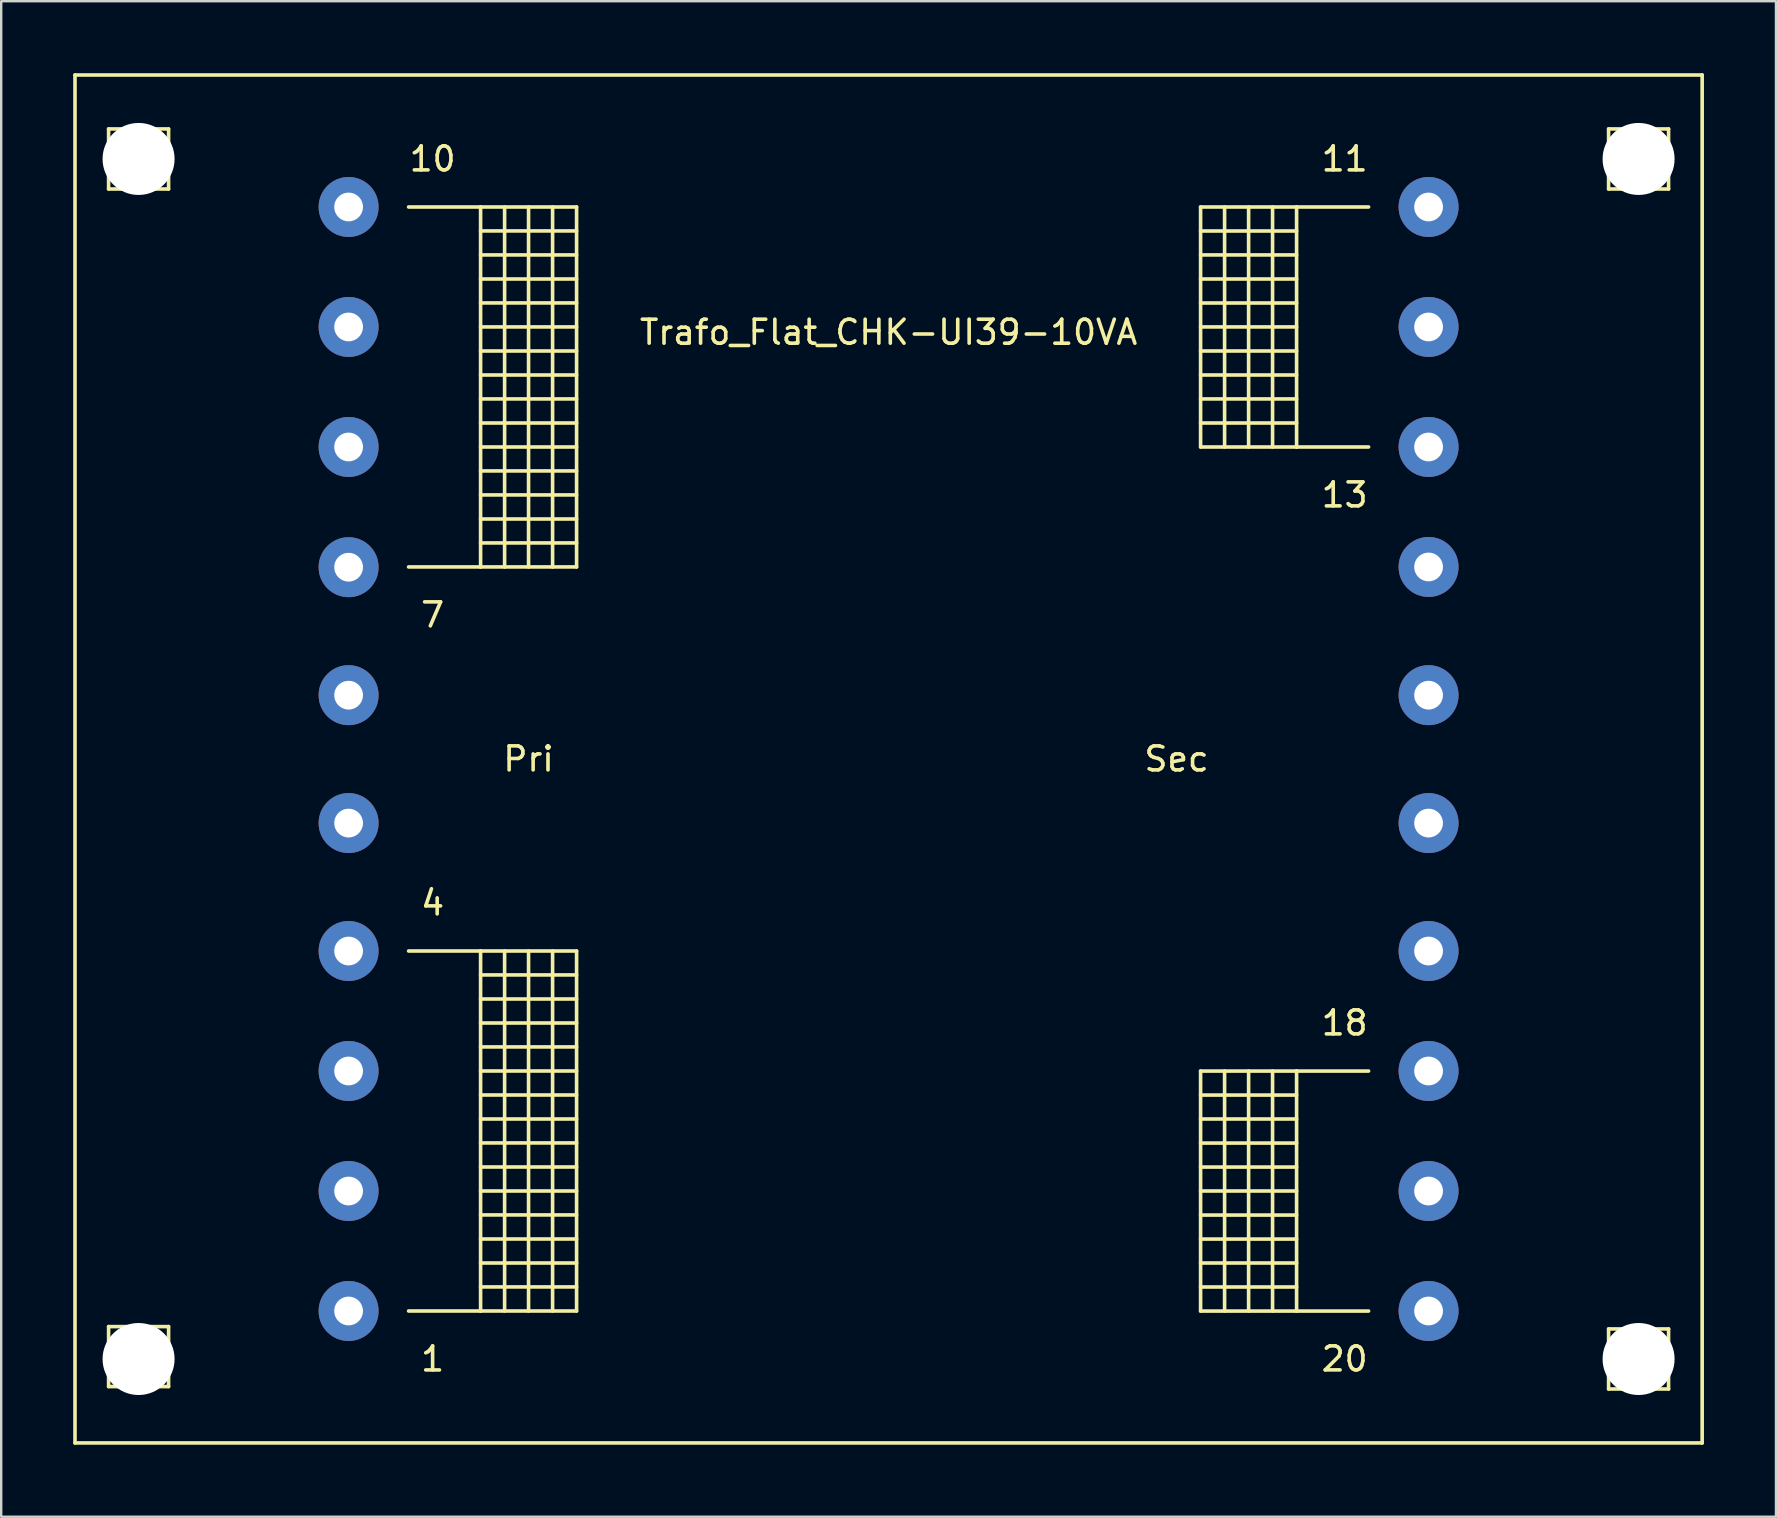
<source format=kicad_pcb>
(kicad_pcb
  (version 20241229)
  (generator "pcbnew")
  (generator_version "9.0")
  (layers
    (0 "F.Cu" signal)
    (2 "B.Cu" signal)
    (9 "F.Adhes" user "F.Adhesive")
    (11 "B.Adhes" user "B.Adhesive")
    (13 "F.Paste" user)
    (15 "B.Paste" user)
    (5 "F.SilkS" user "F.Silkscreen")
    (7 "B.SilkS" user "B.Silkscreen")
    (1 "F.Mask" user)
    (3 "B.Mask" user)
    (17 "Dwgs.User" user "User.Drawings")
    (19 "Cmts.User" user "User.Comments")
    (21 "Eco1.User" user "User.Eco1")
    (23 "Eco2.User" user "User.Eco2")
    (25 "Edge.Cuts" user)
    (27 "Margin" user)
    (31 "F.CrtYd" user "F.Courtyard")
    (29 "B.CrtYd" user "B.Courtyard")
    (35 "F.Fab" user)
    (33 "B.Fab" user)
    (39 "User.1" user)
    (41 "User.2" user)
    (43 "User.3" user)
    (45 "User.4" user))
  (footprint "Trafo_Flat_CHK-UI39-10VA"
    (layer "F.Cu")
    (at 33.974 28.574)
    (property "Reference" "Trafo_Flat_CHK-UI39-10VA" (at 0 -17.78 0) (layer "F.SilkS") (effects (font (size 1 1) (thickness 0.15))))
    (attr through_hole)
    (fp_line (start -33.899 -28.499) (end -33.899 28.499) (stroke (width 0.15) (type solid)) (layer "F.SilkS"))
    (fp_line (start -33.899 28.499) (end 33.899 28.499) (stroke (width 0.15) (type solid)) (layer "F.SilkS"))
    (fp_line (start -32.499 -26.251) (end -32.499 -23.749) (stroke (width 0.15) (type solid)) (layer "F.SilkS"))
    (fp_line (start -32.499 -23.749) (end -30 -23.749) (stroke (width 0.15) (type solid)) (layer "F.SilkS"))
    (fp_line (start -32.499 23.65) (end -32.499 26.149) (stroke (width 0.15) (type solid)) (layer "F.SilkS"))
    (fp_line (start -32.499 26.149) (end -30 26.149) (stroke (width 0.15) (type solid)) (layer "F.SilkS"))
    (fp_line (start -31.25 -26.251) (end -32.499 -26.251) (stroke (width 0.15) (type solid)) (layer "F.SilkS"))
    (fp_line (start -31.25 23.65) (end -32.499 23.65) (stroke (width 0.15) (type solid)) (layer "F.SilkS"))
    (fp_line (start -30 -26.251) (end -31.25 -26.251) (stroke (width 0.15) (type solid)) (layer "F.SilkS"))
    (fp_line (start -30 -23.749) (end -30 -26.251) (stroke (width 0.15) (type solid)) (layer "F.SilkS"))
    (fp_line (start -30 23.65) (end -31.25 23.65) (stroke (width 0.15) (type solid)) (layer "F.SilkS"))
    (fp_line (start -30 26.149) (end -30 23.65) (stroke (width 0.15) (type solid)) (layer "F.SilkS"))
    (fp_line (start -20 -23) (end -17 -23) (stroke (width 0.15) (type solid)) (layer "F.SilkS"))
    (fp_line (start -20 8.001) (end -17 8.001) (stroke (width 0.15) (type solid)) (layer "F.SilkS"))
    (fp_line (start -17 -23) (end -17 -8.001) (stroke (width 0.15) (type solid)) (layer "F.SilkS"))
    (fp_line (start -17 -23) (end -13 -23) (stroke (width 0.15) (type solid)) (layer "F.SilkS"))
    (fp_line (start -17 -22.001) (end -13 -22.001) (stroke (width 0.15) (type solid)) (layer "F.SilkS"))
    (fp_line (start -17 -21.001) (end -13 -21.001) (stroke (width 0.15) (type solid)) (layer "F.SilkS"))
    (fp_line (start -17 -20) (end -13 -20) (stroke (width 0.15) (type solid)) (layer "F.SilkS"))
    (fp_line (start -17 -19.002) (end -13 -19.002) (stroke (width 0.15) (type solid)) (layer "F.SilkS"))
    (fp_line (start -17 -18.001) (end -13 -18.001) (stroke (width 0.15) (type solid)) (layer "F.SilkS"))
    (fp_line (start -17 -17) (end -13 -17) (stroke (width 0.15) (type solid)) (layer "F.SilkS"))
    (fp_line (start -17 -15.999) (end -13 -15.999) (stroke (width 0.15) (type solid)) (layer "F.SilkS"))
    (fp_line (start -17 -15.001) (end -13 -15.001) (stroke (width 0.15) (type solid)) (layer "F.SilkS"))
    (fp_line (start -17 -14) (end -13 -14) (stroke (width 0.15) (type solid)) (layer "F.SilkS"))
    (fp_line (start -17 -13) (end -13 -13) (stroke (width 0.15) (type solid)) (layer "F.SilkS"))
    (fp_line (start -17 -12.002) (end -13 -12.002) (stroke (width 0.15) (type solid)) (layer "F.SilkS"))
    (fp_line (start -17 -11.001) (end -13 -11.001) (stroke (width 0.15) (type solid)) (layer "F.SilkS"))
    (fp_line (start -17 -10) (end -13 -10) (stroke (width 0.15) (type solid)) (layer "F.SilkS"))
    (fp_line (start -17 -9.002) (end -13 -9.002) (stroke (width 0.15) (type solid)) (layer "F.SilkS"))
    (fp_line (start -17 -8.001) (end -20 -8.001) (stroke (width 0.15) (type solid)) (layer "F.SilkS"))
    (fp_line (start -17 8.001) (end -17 23) (stroke (width 0.15) (type solid)) (layer "F.SilkS"))
    (fp_line (start -17 8.001) (end -13 8.001) (stroke (width 0.15) (type solid)) (layer "F.SilkS"))
    (fp_line (start -17 8.999) (end -13 8.999) (stroke (width 0.15) (type solid)) (layer "F.SilkS"))
    (fp_line (start -17 10) (end -13 10) (stroke (width 0.15) (type solid)) (layer "F.SilkS"))
    (fp_line (start -17 11.001) (end -13 11.001) (stroke (width 0.15) (type solid)) (layer "F.SilkS"))
    (fp_line (start -17 11.999) (end -13 11.999) (stroke (width 0.15) (type solid)) (layer "F.SilkS"))
    (fp_line (start -17 13) (end -13 13) (stroke (width 0.15) (type solid)) (layer "F.SilkS"))
    (fp_line (start -17 14) (end -13 14) (stroke (width 0.15) (type solid)) (layer "F.SilkS"))
    (fp_line (start -17 15.001) (end -13 15.001) (stroke (width 0.15) (type solid)) (layer "F.SilkS"))
    (fp_line (start -17 15.999) (end -13 15.999) (stroke (width 0.15) (type solid)) (layer "F.SilkS"))
    (fp_line (start -17 17) (end -13 17) (stroke (width 0.15) (type solid)) (layer "F.SilkS"))
    (fp_line (start -17 18.001) (end -13 18.001) (stroke (width 0.15) (type solid)) (layer "F.SilkS"))
    (fp_line (start -17 18.999) (end -13 18.999) (stroke (width 0.15) (type solid)) (layer "F.SilkS"))
    (fp_line (start -17 20) (end -13 20) (stroke (width 0.15) (type solid)) (layer "F.SilkS"))
    (fp_line (start -17 21.001) (end -13 21.001) (stroke (width 0.15) (type solid)) (layer "F.SilkS"))
    (fp_line (start -17 21.999) (end -13 21.999) (stroke (width 0.15) (type solid)) (layer "F.SilkS"))
    (fp_line (start -17 23) (end -20 23) (stroke (width 0.15) (type solid)) (layer "F.SilkS"))
    (fp_line (start -15.999 -23) (end -15.999 -8.001) (stroke (width 0.15) (type solid)) (layer "F.SilkS"))
    (fp_line (start -15.999 8.001) (end -15.999 23) (stroke (width 0.15) (type solid)) (layer "F.SilkS"))
    (fp_line (start -15.001 -8.001) (end -15.001 -23) (stroke (width 0.15) (type solid)) (layer "F.SilkS"))
    (fp_line (start -15.001 23) (end -15.001 8.001) (stroke (width 0.15) (type solid)) (layer "F.SilkS"))
    (fp_line (start -14 -23) (end -14 -8.001) (stroke (width 0.15) (type solid)) (layer "F.SilkS"))
    (fp_line (start -14 8.001) (end -14 23) (stroke (width 0.15) (type solid)) (layer "F.SilkS"))
    (fp_line (start -13 -23) (end -13 -8.001) (stroke (width 0.15) (type solid)) (layer "F.SilkS"))
    (fp_line (start -13 -8.001) (end -17 -8.001) (stroke (width 0.15) (type solid)) (layer "F.SilkS"))
    (fp_line (start -13 8.001) (end -13 23) (stroke (width 0.15) (type solid)) (layer "F.SilkS"))
    (fp_line (start -13 23) (end -17 23) (stroke (width 0.15) (type solid)) (layer "F.SilkS"))
    (fp_line (start 13 -23) (end 13 -13) (stroke (width 0.15) (type solid)) (layer "F.SilkS"))
    (fp_line (start 13 -21.999) (end 17 -21.999) (stroke (width 0.15) (type solid)) (layer "F.SilkS"))
    (fp_line (start 13 -21.001) (end 17 -21.001) (stroke (width 0.15) (type solid)) (layer "F.SilkS"))
    (fp_line (start 13 -20) (end 17 -20) (stroke (width 0.15) (type solid)) (layer "F.SilkS"))
    (fp_line (start 13 -18.999) (end 17 -18.999) (stroke (width 0.15) (type solid)) (layer "F.SilkS"))
    (fp_line (start 13 -18.001) (end 17 -18.001) (stroke (width 0.15) (type solid)) (layer "F.SilkS"))
    (fp_line (start 13 -17) (end 17 -17) (stroke (width 0.15) (type solid)) (layer "F.SilkS"))
    (fp_line (start 13 -15.999) (end 17 -15.999) (stroke (width 0.15) (type solid)) (layer "F.SilkS"))
    (fp_line (start 13 -15.001) (end 17 -15.001) (stroke (width 0.15) (type solid)) (layer "F.SilkS"))
    (fp_line (start 13 -14) (end 17 -14) (stroke (width 0.15) (type solid)) (layer "F.SilkS"))
    (fp_line (start 13 -13) (end 17 -13) (stroke (width 0.15) (type solid)) (layer "F.SilkS"))
    (fp_line (start 13 13.002) (end 13 23.002) (stroke (width 0.15) (type solid)) (layer "F.SilkS"))
    (fp_line (start 13 14.003) (end 17 14.003) (stroke (width 0.15) (type solid)) (layer "F.SilkS"))
    (fp_line (start 13 15.001) (end 17 15.001) (stroke (width 0.15) (type solid)) (layer "F.SilkS"))
    (fp_line (start 13 16.002) (end 17 16.002) (stroke (width 0.15) (type solid)) (layer "F.SilkS"))
    (fp_line (start 13 17.003) (end 17 17.003) (stroke (width 0.15) (type solid)) (layer "F.SilkS"))
    (fp_line (start 13 18.001) (end 17 18.001) (stroke (width 0.15) (type solid)) (layer "F.SilkS"))
    (fp_line (start 13 19.002) (end 17 19.002) (stroke (width 0.15) (type solid)) (layer "F.SilkS"))
    (fp_line (start 13 20.003) (end 17 20.003) (stroke (width 0.15) (type solid)) (layer "F.SilkS"))
    (fp_line (start 13 21.001) (end 17 21.001) (stroke (width 0.15) (type solid)) (layer "F.SilkS"))
    (fp_line (start 13 22.001) (end 17 22.001) (stroke (width 0.15) (type solid)) (layer "F.SilkS"))
    (fp_line (start 13 23.002) (end 17 23.002) (stroke (width 0.15) (type solid)) (layer "F.SilkS"))
    (fp_line (start 14 -23) (end 14 -13) (stroke (width 0.15) (type solid)) (layer "F.SilkS"))
    (fp_line (start 14 13.002) (end 14 23.002) (stroke (width 0.15) (type solid)) (layer "F.SilkS"))
    (fp_line (start 15.001 -13) (end 15.001 -23) (stroke (width 0.15) (type solid)) (layer "F.SilkS"))
    (fp_line (start 15.001 23.002) (end 15.001 13.002) (stroke (width 0.15) (type solid)) (layer "F.SilkS"))
    (fp_line (start 15.999 -23) (end 15.999 -13) (stroke (width 0.15) (type solid)) (layer "F.SilkS"))
    (fp_line (start 15.999 13.002) (end 15.999 23.002) (stroke (width 0.15) (type solid)) (layer "F.SilkS"))
    (fp_line (start 17 -23) (end 13 -23) (stroke (width 0.15) (type solid)) (layer "F.SilkS"))
    (fp_line (start 17 -23) (end 17 -13) (stroke (width 0.15) (type solid)) (layer "F.SilkS"))
    (fp_line (start 17 -13) (end 20 -13) (stroke (width 0.15) (type solid)) (layer "F.SilkS"))
    (fp_line (start 17 13.002) (end 13 13.002) (stroke (width 0.15) (type solid)) (layer "F.SilkS"))
    (fp_line (start 17 13.002) (end 17 23.002) (stroke (width 0.15) (type solid)) (layer "F.SilkS"))
    (fp_line (start 17 23.002) (end 20 23.002) (stroke (width 0.15) (type solid)) (layer "F.SilkS"))
    (fp_line (start 20 -23) (end 17 -23) (stroke (width 0.15) (type solid)) (layer "F.SilkS"))
    (fp_line (start 20 13.002) (end 17 13.002) (stroke (width 0.15) (type solid)) (layer "F.SilkS"))
    (fp_line (start 30 -26.251) (end 30 -23.749) (stroke (width 0.15) (type solid)) (layer "F.SilkS"))
    (fp_line (start 30 -23.749) (end 32.499 -23.749) (stroke (width 0.15) (type solid)) (layer "F.SilkS"))
    (fp_line (start 30 23.749) (end 30 26.251) (stroke (width 0.15) (type solid)) (layer "F.SilkS"))
    (fp_line (start 30 26.251) (end 32.499 26.251) (stroke (width 0.15) (type solid)) (layer "F.SilkS"))
    (fp_line (start 31.25 -26.251) (end 30 -26.251) (stroke (width 0.15) (type solid)) (layer "F.SilkS"))
    (fp_line (start 31.25 23.749) (end 30 23.749) (stroke (width 0.15) (type solid)) (layer "F.SilkS"))
    (fp_line (start 32.499 -26.251) (end 31.25 -26.251) (stroke (width 0.15) (type solid)) (layer "F.SilkS"))
    (fp_line (start 32.499 -23.749) (end 32.499 -26.251) (stroke (width 0.15) (type solid)) (layer "F.SilkS"))
    (fp_line (start 32.499 23.749) (end 31.25 23.749) (stroke (width 0.15) (type solid)) (layer "F.SilkS"))
    (fp_line (start 32.499 26.251) (end 32.499 23.749) (stroke (width 0.15) (type solid)) (layer "F.SilkS"))
    (fp_line (start 33.899 -28.499) (end -33.899 -28.499) (stroke (width 0.15) (type solid)) (layer "F.SilkS"))
    (fp_line (start 33.899 28.499) (end 33.899 -28.499) (stroke (width 0.15) (type solid)) (layer "F.SilkS"))
    (fp_text user "1" (at -18.999 25.001 0) (layer "F.SilkS") (effects (font (size 1 1) (thickness 0.15))))
    (fp_text user "4" (at -18.999 5.999 0) (layer "F.SilkS") (effects (font (size 1 1) (thickness 0.15))))
    (fp_text user "Sec" (at 11.999 0 0) (layer "F.SilkS") (effects (font (size 1 1) (thickness 0.15))))
    (fp_text user "7" (at -18.999 -6.002 0) (layer "F.SilkS") (effects (font (size 1 1) (thickness 0.15))))
    (fp_text user "13" (at 19.002 -11.001 0) (layer "F.SilkS") (effects (font (size 1 1) (thickness 0.15))))
    (fp_text user "20" (at 19.002 24.999 0) (layer "F.SilkS") (effects (font (size 1 1) (thickness 0.15))))
    (fp_text user "10" (at -18.999 -25.001 0) (layer "F.SilkS") (effects (font (size 1 1) (thickness 0.15))))
    (fp_text user "11" (at 19.002 -25.001 0) (layer "F.SilkS") (effects (font (size 1 1) (thickness 0.15))))
    (fp_text user "18" (at 19.002 10.998 0) (layer "F.SilkS") (effects (font (size 1 1) (thickness 0.15))))
    (fp_text user "Pri" (at -15.001 0 0) (layer "F.SilkS") (effects (font (size 1 1) (thickness 0.15))))
    (pad "" np_thru_hole circle (at -31.25 -25.001) (size 3 3) (drill 3) (layers "*.Cu" "*.Mask"))
    (pad "" np_thru_hole circle (at -31.25 25.001) (size 3 3) (drill 3) (layers "*.Cu" "*.Mask"))
    (pad "" np_thru_hole circle (at 31.25 -25.001) (size 3 3) (drill 3) (layers "*.Cu" "*.Mask"))
    (pad "" np_thru_hole circle (at 31.25 25.001) (size 3 3) (drill 3) (layers "*.Cu" "*.Mask"))
    (pad "1" thru_hole circle (at -22.499 23) (size 2.499 2.499) (drill 1.199) (layers "*.Cu" "*.Mask"))
    (pad "2" thru_hole circle (at -22.499 18.001) (size 2.499 2.499) (drill 1.199) (layers "*.Cu" "*.Mask"))
    (pad "3" thru_hole circle (at -22.499 13) (size 2.499 2.499) (drill 1.199) (layers "*.Cu" "*.Mask"))
    (pad "4" thru_hole circle (at -22.499 8.001) (size 2.499 2.499) (drill 1.199) (layers "*.Cu" "*.Mask"))
    (pad "5" thru_hole circle (at -22.499 2.67) (size 2.499 2.499) (drill 1.199) (layers "*.Cu" "*.Mask"))
    (pad "6" thru_hole circle (at -22.499 -2.659) (size 2.499 2.499) (drill 1.199) (layers "*.Cu" "*.Mask"))
    (pad "7" thru_hole circle (at -22.499 -7.991) (size 2.499 2.499) (drill 1.199) (layers "*.Cu" "*.Mask"))
    (pad "8" thru_hole circle (at -22.499 -13) (size 2.499 2.499) (drill 1.199) (layers "*.Cu" "*.Mask"))
    (pad "9" thru_hole circle (at -22.499 -18.001) (size 2.499 2.499) (drill 1.199) (layers "*.Cu" "*.Mask"))
    (pad "10" thru_hole circle (at -22.499 -23) (size 2.499 2.499) (drill 1.199) (layers "*.Cu" "*.Mask"))
    (pad "11" thru_hole circle (at 22.499 -23) (size 2.499 2.499) (drill 1.199) (layers "*.Cu" "*.Mask"))
    (pad "12" thru_hole circle (at 22.499 -18.001) (size 2.499 2.499) (drill 1.199) (layers "*.Cu" "*.Mask"))
    (pad "13" thru_hole circle (at 22.499 -13) (size 2.499 2.499) (drill 1.199) (layers "*.Cu" "*.Mask"))
    (pad "14" thru_hole circle (at 22.499 -8.001) (size 2.499 2.499) (drill 1.199) (layers "*.Cu" "*.Mask"))
    (pad "15" thru_hole circle (at 22.499 -2.659) (size 2.499 2.499) (drill 1.199) (layers "*.Cu" "*.Mask"))
    (pad "16" thru_hole circle (at 22.499 2.67) (size 2.499 2.499) (drill 1.199) (layers "*.Cu" "*.Mask"))
    (pad "17" thru_hole circle (at 22.499 8.001) (size 2.499 2.499) (drill 1.199) (layers "*.Cu" "*.Mask"))
    (pad "18" thru_hole circle (at 22.499 13) (size 2.499 2.499) (drill 1.199) (layers "*.Cu" "*.Mask"))
    (pad "19" thru_hole circle (at 22.499 18.001) (size 2.499 2.499) (drill 1.199) (layers "*.Cu" "*.Mask"))
    (pad "20" thru_hole circle (at 22.499 23) (size 2.499 2.499) (drill 1.199) (layers "*.Cu" "*.Mask")))
  (gr_rect
    (start -3 -3)
    (end 70.948 60.148)
    (stroke (width 0.1) (type default))
    (fill no)
    (layer "Edge.Cuts")))
</source>
